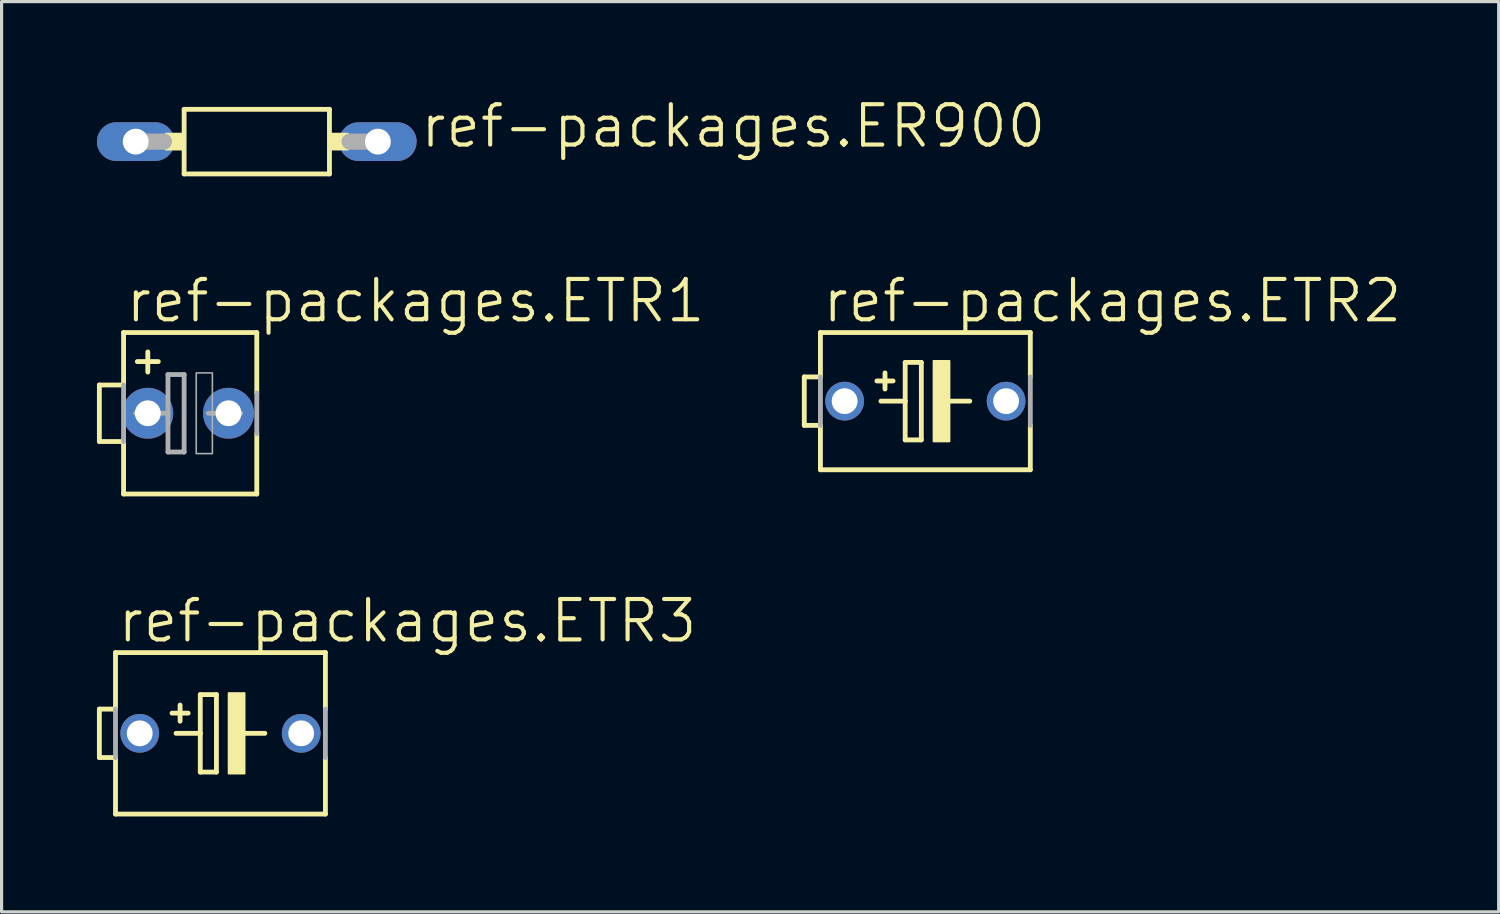
<source format=kicad_pcb>
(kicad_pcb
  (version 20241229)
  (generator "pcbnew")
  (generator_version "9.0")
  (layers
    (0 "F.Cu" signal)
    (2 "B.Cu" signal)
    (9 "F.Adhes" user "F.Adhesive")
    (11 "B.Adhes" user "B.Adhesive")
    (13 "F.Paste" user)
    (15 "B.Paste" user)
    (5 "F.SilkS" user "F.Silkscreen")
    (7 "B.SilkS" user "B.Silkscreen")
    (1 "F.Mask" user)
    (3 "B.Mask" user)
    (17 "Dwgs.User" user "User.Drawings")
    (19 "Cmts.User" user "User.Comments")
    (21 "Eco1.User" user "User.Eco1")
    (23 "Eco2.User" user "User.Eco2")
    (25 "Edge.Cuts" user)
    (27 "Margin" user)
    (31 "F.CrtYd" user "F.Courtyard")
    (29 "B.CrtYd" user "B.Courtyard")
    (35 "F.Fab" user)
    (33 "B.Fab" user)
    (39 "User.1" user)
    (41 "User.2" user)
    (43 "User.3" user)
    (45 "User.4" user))
  (footprint "ref-packages.ER900"
    (layer "F.Cu")
    (at 5.029 1.406)
    (property "Reference" "ref-packages.ER900" (at 5.08 0.254 0) (layer "F.SilkS") (effects (font (size 1.27 1.27) (thickness 0.13)) (justify left bottom)))
    (attr through_hole)
    (fp_line (start -2.286 -1.016) (end -2.286 1.016) (stroke (width 0.152) (type default)) (layer "F.SilkS"))
    (fp_line (start -2.286 1.016) (end 2.286 1.016) (stroke (width 0.152) (type default)) (layer "F.SilkS"))
    (fp_line (start 2.286 -1.016) (end -2.286 -1.016) (stroke (width 0.152) (type default)) (layer "F.SilkS"))
    (fp_line (start 2.286 1.016) (end 2.286 -1.016) (stroke (width 0.152) (type default)) (layer "F.SilkS"))
    (fp_rect (start -2.87 0.254) (end -2.286 -0.254) (stroke (width 0.05) (type default)) (fill yes) (layer "F.SilkS"))
    (fp_rect (start 2.286 0.254) (end 2.87 -0.254) (stroke (width 0.05) (type default)) (fill yes) (layer "F.SilkS"))
    (fp_line (start -3.81 0) (end -2.921 0) (stroke (width 0.508) (type default)) (layer "F.Fab"))
    (fp_line (start 3.81 0) (end 2.921 0) (stroke (width 0.508) (type default)) (layer "F.Fab"))
    (pad "1" thru_hole oval (at -3.81 0) (size 2.438 1.219) (drill 0.813) (layers "*.Cu" "*.Mask"))
    (pad "2" thru_hole oval (at 3.81 0) (size 2.438 1.219) (drill 0.813) (layers "*.Cu" "*.Mask")))
  (footprint "ref-packages.ETR3"
    (layer "F.Cu")
    (at 3.886 20.022)
    (property "Reference" "ref-packages.ETR3" (at -3.302 -2.794 0) (layer "F.SilkS") (effects (font (size 1.27 1.27) (thickness 0.13)) (justify left bottom)))
    (attr through_hole)
    (fp_line (start -3.81 -0.762) (end -3.81 0.762) (stroke (width 0.152) (type default)) (layer "F.SilkS"))
    (fp_line (start -3.81 0.762) (end -3.302 0.762) (stroke (width 0.152) (type default)) (layer "F.SilkS"))
    (fp_line (start -3.302 -0.762) (end -3.81 -0.762) (stroke (width 0.152) (type default)) (layer "F.SilkS"))
    (fp_line (start -3.302 -0.762) (end -3.302 -2.54) (stroke (width 0.152) (type default)) (layer "F.SilkS"))
    (fp_line (start -3.302 2.54) (end -3.302 0.762) (stroke (width 0.152) (type default)) (layer "F.SilkS"))
    (fp_line (start -3.302 2.54) (end 3.302 2.54) (stroke (width 0.152) (type default)) (layer "F.SilkS"))
    (fp_line (start -1.524 -0.635) (end -1.016 -0.635) (stroke (width 0.152) (type default)) (layer "F.SilkS"))
    (fp_line (start -1.397 0) (end -0.635 0) (stroke (width 0.152) (type default)) (layer "F.SilkS"))
    (fp_line (start -1.27 -0.889) (end -1.27 -0.381) (stroke (width 0.152) (type default)) (layer "F.SilkS"))
    (fp_line (start -0.635 -1.219) (end -0.635 0) (stroke (width 0.152) (type default)) (layer "F.SilkS"))
    (fp_line (start -0.635 0) (end -0.635 1.219) (stroke (width 0.152) (type default)) (layer "F.SilkS"))
    (fp_line (start -0.635 1.219) (end -0.127 1.219) (stroke (width 0.152) (type default)) (layer "F.SilkS"))
    (fp_line (start -0.127 -1.219) (end -0.635 -1.219) (stroke (width 0.152) (type default)) (layer "F.SilkS"))
    (fp_line (start -0.127 1.219) (end -0.127 -1.219) (stroke (width 0.152) (type default)) (layer "F.SilkS"))
    (fp_line (start 0.635 0) (end 1.397 0) (stroke (width 0.152) (type default)) (layer "F.SilkS"))
    (fp_line (start 3.302 -2.54) (end -3.302 -2.54) (stroke (width 0.152) (type default)) (layer "F.SilkS"))
    (fp_line (start 3.302 -0.762) (end 3.302 -2.54) (stroke (width 0.152) (type default)) (layer "F.SilkS"))
    (fp_line (start 3.302 2.54) (end 3.302 0.762) (stroke (width 0.152) (type default)) (layer "F.SilkS"))
    (fp_rect (start 0.254 1.27) (end 0.762 -1.27) (stroke (width 0.05) (type default)) (fill yes) (layer "F.SilkS"))
    (fp_line (start -3.302 0.762) (end -3.302 -0.762) (stroke (width 0.152) (type default)) (layer "F.Fab"))
    (fp_line (start 3.302 -0.762) (end 3.302 0.762) (stroke (width 0.152) (type default)) (layer "F.Fab"))
    (pad "+" thru_hole circle (at -2.54 0) (size 1.219 1.219) (drill 0.813) (layers "*.Cu" "*.Mask"))
    (pad "-" thru_hole circle (at 2.54 0) (size 1.219 1.219) (drill 0.813) (layers "*.Cu" "*.Mask")))
  (footprint "ref-packages.ETR1"
    (layer "F.Cu")
    (at 2.87 9.952)
    (property "Reference" "ref-packages.ETR1" (at -2.032 -2.794 0) (layer "F.SilkS") (effects (font (size 1.27 1.27) (thickness 0.13)) (justify left bottom)))
    (attr through_hole)
    (fp_line (start -2.794 -0.889) (end -2.794 0.889) (stroke (width 0.152) (type default)) (layer "F.SilkS"))
    (fp_line (start -2.794 0.889) (end -2.032 0.889) (stroke (width 0.152) (type default)) (layer "F.SilkS"))
    (fp_line (start -2.032 -0.889) (end -2.794 -0.889) (stroke (width 0.152) (type default)) (layer "F.SilkS"))
    (fp_line (start -2.032 -0.889) (end -2.032 -2.54) (stroke (width 0.152) (type default)) (layer "F.SilkS"))
    (fp_line (start -2.032 2.54) (end -2.032 0.889) (stroke (width 0.152) (type default)) (layer "F.SilkS"))
    (fp_line (start -2.032 2.54) (end 2.159 2.54) (stroke (width 0.152) (type default)) (layer "F.SilkS"))
    (fp_line (start -1.27 -1.93) (end -1.27 -1.295) (stroke (width 0.152) (type default)) (layer "F.SilkS"))
    (fp_line (start -0.94 -1.626) (end -1.6 -1.626) (stroke (width 0.152) (type default)) (layer "F.SilkS"))
    (fp_line (start 2.159 -2.54) (end -2.032 -2.54) (stroke (width 0.152) (type default)) (layer "F.SilkS"))
    (fp_line (start 2.159 -2.54) (end 2.159 -0.635) (stroke (width 0.152) (type default)) (layer "F.SilkS"))
    (fp_line (start 2.159 0.635) (end 2.159 2.54) (stroke (width 0.152) (type default)) (layer "F.SilkS"))
    (fp_line (start -2.032 0.889) (end -2.032 -0.889) (stroke (width 0.152) (type default)) (layer "F.Fab"))
    (fp_line (start -1.651 0) (end -0.635 0) (stroke (width 0.152) (type default)) (layer "F.Fab"))
    (fp_line (start -0.635 -1.219) (end -0.635 0) (stroke (width 0.152) (type default)) (layer "F.Fab"))
    (fp_line (start -0.635 0) (end -0.635 1.219) (stroke (width 0.152) (type default)) (layer "F.Fab"))
    (fp_line (start -0.635 1.219) (end -0.127 1.219) (stroke (width 0.152) (type default)) (layer "F.Fab"))
    (fp_line (start -0.127 -1.219) (end -0.635 -1.219) (stroke (width 0.152) (type default)) (layer "F.Fab"))
    (fp_line (start -0.127 1.219) (end -0.127 -1.219) (stroke (width 0.152) (type default)) (layer "F.Fab"))
    (fp_line (start 0.635 0) (end 1.651 0) (stroke (width 0.152) (type default)) (layer "F.Fab"))
    (fp_line (start 2.159 -0.635) (end 2.159 0.635) (stroke (width 0.152) (type default)) (layer "F.Fab"))
    (fp_rect (start 0.254 1.27) (end 0.762 -1.27) (stroke (width 0.05) (type default)) (fill no) (layer "F.Fab"))
    (pad "+" thru_hole circle (at -1.27 0) (size 1.6 1.6) (drill 0.813) (layers "*.Cu" "*.Mask"))
    (pad "-" thru_hole circle (at 1.27 0) (size 1.6 1.6) (drill 0.813) (layers "*.Cu" "*.Mask")))
  (footprint "ref-packages.ETR2"
    (layer "F.Cu")
    (at 26.064 9.571)
    (property "Reference" "ref-packages.ETR2" (at -3.302 -2.413 0) (layer "F.SilkS") (effects (font (size 1.27 1.27) (thickness 0.13)) (justify left bottom)))
    (attr through_hole)
    (fp_line (start -3.81 -0.762) (end -3.81 0.762) (stroke (width 0.152) (type default)) (layer "F.SilkS"))
    (fp_line (start -3.81 0.762) (end -3.302 0.762) (stroke (width 0.152) (type default)) (layer "F.SilkS"))
    (fp_line (start -3.302 -0.762) (end -3.81 -0.762) (stroke (width 0.152) (type default)) (layer "F.SilkS"))
    (fp_line (start -3.302 -0.762) (end -3.302 -2.159) (stroke (width 0.152) (type default)) (layer "F.SilkS"))
    (fp_line (start -3.302 2.159) (end -3.302 0.762) (stroke (width 0.152) (type default)) (layer "F.SilkS"))
    (fp_line (start -3.302 2.159) (end 3.302 2.159) (stroke (width 0.152) (type default)) (layer "F.SilkS"))
    (fp_line (start -1.524 -0.635) (end -1.016 -0.635) (stroke (width 0.152) (type default)) (layer "F.SilkS"))
    (fp_line (start -1.397 0) (end -0.635 0) (stroke (width 0.152) (type default)) (layer "F.SilkS"))
    (fp_line (start -1.27 -0.889) (end -1.27 -0.381) (stroke (width 0.152) (type default)) (layer "F.SilkS"))
    (fp_line (start -0.635 -1.219) (end -0.635 0) (stroke (width 0.152) (type default)) (layer "F.SilkS"))
    (fp_line (start -0.635 0) (end -0.635 1.219) (stroke (width 0.152) (type default)) (layer "F.SilkS"))
    (fp_line (start -0.635 1.219) (end -0.127 1.219) (stroke (width 0.152) (type default)) (layer "F.SilkS"))
    (fp_line (start -0.127 -1.219) (end -0.635 -1.219) (stroke (width 0.152) (type default)) (layer "F.SilkS"))
    (fp_line (start -0.127 1.219) (end -0.127 -1.219) (stroke (width 0.152) (type default)) (layer "F.SilkS"))
    (fp_line (start 0.635 0) (end 1.397 0) (stroke (width 0.152) (type default)) (layer "F.SilkS"))
    (fp_line (start 3.302 -2.159) (end -3.302 -2.159) (stroke (width 0.152) (type default)) (layer "F.SilkS"))
    (fp_line (start 3.302 -0.762) (end 3.302 -2.159) (stroke (width 0.152) (type default)) (layer "F.SilkS"))
    (fp_line (start 3.302 2.159) (end 3.302 0.762) (stroke (width 0.152) (type default)) (layer "F.SilkS"))
    (fp_rect (start 0.254 1.27) (end 0.762 -1.27) (stroke (width 0.05) (type default)) (fill yes) (layer "F.SilkS"))
    (fp_line (start -3.302 0.762) (end -3.302 -0.762) (stroke (width 0.152) (type default)) (layer "F.Fab"))
    (fp_line (start 3.302 -0.762) (end 3.302 0.762) (stroke (width 0.152) (type default)) (layer "F.Fab"))
    (pad "+" thru_hole circle (at -2.54 0) (size 1.219 1.219) (drill 0.813) (layers "*.Cu" "*.Mask"))
    (pad "-" thru_hole circle (at 2.54 0) (size 1.219 1.219) (drill 0.813) (layers "*.Cu" "*.Mask")))
  (gr_rect
    (start -3 -3)
    (end 44.101 25.639)
    (stroke (width 0.1) (type default))
    (fill no)
    (layer "Edge.Cuts")))
</source>
